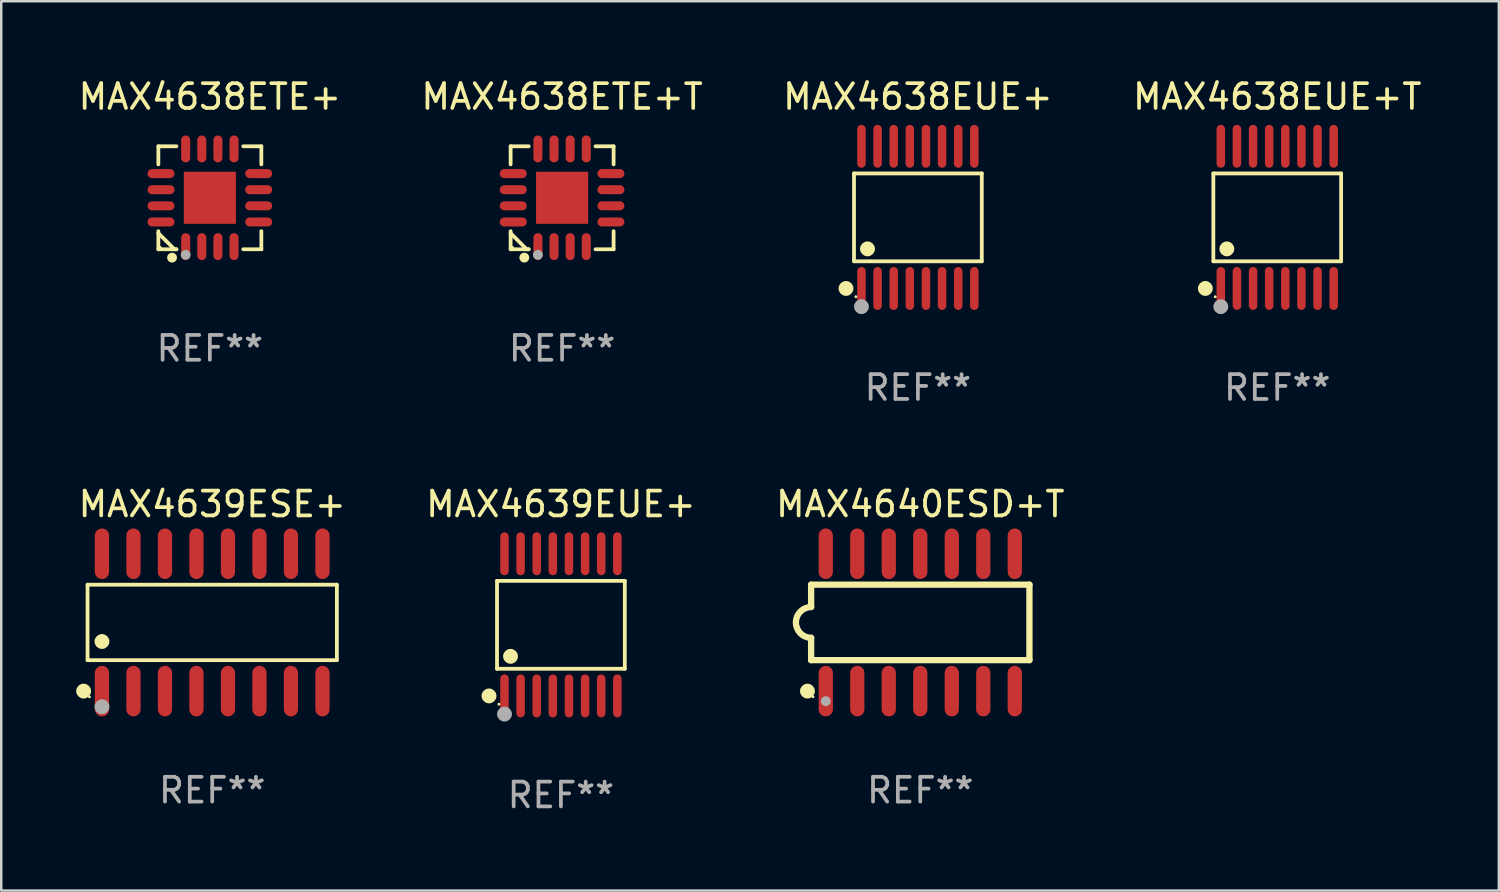
<source format=kicad_pcb>
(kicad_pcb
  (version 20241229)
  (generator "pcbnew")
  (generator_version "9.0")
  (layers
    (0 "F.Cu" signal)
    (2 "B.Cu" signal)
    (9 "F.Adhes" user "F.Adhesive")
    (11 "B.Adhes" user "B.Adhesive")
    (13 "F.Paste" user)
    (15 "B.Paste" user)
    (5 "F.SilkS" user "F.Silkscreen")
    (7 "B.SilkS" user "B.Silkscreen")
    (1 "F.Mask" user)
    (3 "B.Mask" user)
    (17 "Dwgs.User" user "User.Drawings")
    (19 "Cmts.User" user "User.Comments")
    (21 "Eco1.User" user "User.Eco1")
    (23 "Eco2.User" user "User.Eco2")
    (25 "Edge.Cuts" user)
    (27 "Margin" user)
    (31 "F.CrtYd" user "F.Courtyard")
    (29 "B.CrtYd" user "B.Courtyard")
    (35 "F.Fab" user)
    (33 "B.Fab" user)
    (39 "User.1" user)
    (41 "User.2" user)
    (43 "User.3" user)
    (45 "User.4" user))
  (footprint "MAX4638ETE+"
    (layer "F.Cu")
    (at 5.411 4.924)
    (property "Reference" "MAX4638ETE+" (at 0 -4.076 0) (layer "F.SilkS") (effects (font (size 1 1) (thickness 0.15))))
    (attr through_hole)
    (fp_line (start -2.076 -2.076) (end -1.347 -2.076) (stroke (width 0.152) (type solid)) (layer "F.SilkS"))
    (fp_line (start -2.076 -1.347) (end -2.076 -2.076) (stroke (width 0.152) (type solid)) (layer "F.SilkS"))
    (fp_line (start -2.076 1.347) (end -2.076 2.076) (stroke (width 0.152) (type solid)) (layer "F.SilkS"))
    (fp_line (start -2.076 2.076) (end -1.347 2.076) (stroke (width 0.152) (type solid)) (layer "F.SilkS"))
    (fp_line (start -1.429 2.076) (end -2.076 1.429) (stroke (width 0.152) (type solid)) (layer "F.SilkS"))
    (fp_line (start -1.347 2.076) (end -1.429 2.076) (stroke (width 0.152) (type solid)) (layer "F.SilkS"))
    (fp_line (start 2.076 -2.076) (end 1.347 -2.076) (stroke (width 0.152) (type solid)) (layer "F.SilkS"))
    (fp_line (start 2.076 -1.347) (end 2.076 -2.076) (stroke (width 0.152) (type solid)) (layer "F.SilkS"))
    (fp_line (start 2.076 1.347) (end 2.076 2.076) (stroke (width 0.152) (type solid)) (layer "F.SilkS"))
    (fp_line (start 2.076 2.076) (end 1.347 2.076) (stroke (width 0.152) (type solid)) (layer "F.SilkS"))
    (fp_circle (center -2 2) (end -1.97 2) (stroke (width 0.06) (type solid)) (fill no) (layer "F.SilkS"))
    (fp_circle (center -1.524 2.413) (end -1.424 2.413) (stroke (width 0.2) (type solid)) (fill no) (layer "F.SilkS"))
    (fp_circle (center -0.975 2.3) (end -0.875 2.3) (stroke (width 0.2) (type solid)) (fill no) (layer "F.Fab"))
    (fp_text user "REF**" (at 0 6.076 0) (layer "F.Fab") (effects (font (size 1 1) (thickness 0.15))))
    (pad "1" smd oval (at -0.975 1.969) (size 0.364 1.087) (layers "F.Cu" "F.Mask" "F.Paste"))
    (pad "2" smd oval (at -0.325 1.969) (size 0.364 1.087) (layers "F.Cu" "F.Mask" "F.Paste"))
    (pad "3" smd oval (at 0.325 1.969) (size 0.364 1.087) (layers "F.Cu" "F.Mask" "F.Paste"))
    (pad "4" smd oval (at 0.975 1.969) (size 0.364 1.087) (layers "F.Cu" "F.Mask" "F.Paste"))
    (pad "5" smd oval (at 1.969 0.975) (size 1.087 0.364) (layers "F.Cu" "F.Mask" "F.Paste"))
    (pad "6" smd oval (at 1.969 0.325) (size 1.087 0.364) (layers "F.Cu" "F.Mask" "F.Paste"))
    (pad "7" smd oval (at 1.969 -0.325) (size 1.087 0.364) (layers "F.Cu" "F.Mask" "F.Paste"))
    (pad "8" smd oval (at 1.969 -0.975) (size 1.087 0.364) (layers "F.Cu" "F.Mask" "F.Paste"))
    (pad "9" smd oval (at 0.975 -1.969) (size 0.364 1.087) (layers "F.Cu" "F.Mask" "F.Paste"))
    (pad "10" smd oval (at 0.325 -1.969) (size 0.364 1.087) (layers "F.Cu" "F.Mask" "F.Paste"))
    (pad "11" smd oval (at -0.325 -1.969) (size 0.364 1.087) (layers "F.Cu" "F.Mask" "F.Paste"))
    (pad "12" smd oval (at -0.975 -1.969) (size 0.364 1.087) (layers "F.Cu" "F.Mask" "F.Paste"))
    (pad "13" smd oval (at -1.969 -0.975) (size 1.087 0.364) (layers "F.Cu" "F.Mask" "F.Paste"))
    (pad "14" smd oval (at -1.969 -0.325) (size 1.087 0.364) (layers "F.Cu" "F.Mask" "F.Paste"))
    (pad "15" smd oval (at -1.969 0.325) (size 1.087 0.364) (layers "F.Cu" "F.Mask" "F.Paste"))
    (pad "16" smd oval (at -1.969 0.975) (size 1.087 0.364) (layers "F.Cu" "F.Mask" "F.Paste"))
    (pad "17" smd rect (at 0 0) (size 2.1 2.1) (layers "F.Cu" "F.Mask" "F.Paste")))
  (footprint "MAX4638EUE+"
    (layer "F.Cu")
    (at 33.958 5.714)
    (property "Reference" "MAX4638EUE+" (at 0 -4.866 0) (layer "F.SilkS") (effects (font (size 1 1) (thickness 0.15))))
    (attr through_hole)
    (fp_line (start -2.576 -1.772) (end 2.576 -1.772) (stroke (width 0.152) (type solid)) (layer "F.SilkS"))
    (fp_line (start -2.576 1.771) (end -2.576 -1.772) (stroke (width 0.152) (type solid)) (layer "F.SilkS"))
    (fp_line (start 2.576 -1.772) (end 2.576 1.771) (stroke (width 0.152) (type solid)) (layer "F.SilkS"))
    (fp_line (start 2.576 1.771) (end -2.576 1.771) (stroke (width 0.152) (type solid)) (layer "F.SilkS"))
    (fp_circle (center -2.899 2.866) (end -2.749 2.866) (stroke (width 0.3) (type solid)) (fill no) (layer "F.SilkS"))
    (fp_circle (center -2.5 3.2) (end -2.47 3.2) (stroke (width 0.06) (type solid)) (fill no) (layer "F.SilkS"))
    (fp_circle (center -2.032 1.27) (end -1.882 1.27) (stroke (width 0.3) (type solid)) (fill no) (layer "F.SilkS"))
    (fp_circle (center -2.275 3.6) (end -2.125 3.6) (stroke (width 0.3) (type solid)) (fill no) (layer "F.Fab"))
    (fp_text user "REF**" (at 0 6.866 0) (layer "F.Fab") (effects (font (size 1 1) (thickness 0.15))))
    (pad "1" smd oval (at -2.275 2.866) (size 0.343 1.731) (layers "F.Cu" "F.Mask" "F.Paste"))
    (pad "2" smd oval (at -1.625 2.866) (size 0.343 1.731) (layers "F.Cu" "F.Mask" "F.Paste"))
    (pad "3" smd oval (at -0.975 2.866) (size 0.343 1.731) (layers "F.Cu" "F.Mask" "F.Paste"))
    (pad "4" smd oval (at -0.325 2.866) (size 0.343 1.731) (layers "F.Cu" "F.Mask" "F.Paste"))
    (pad "5" smd oval (at 0.325 2.866) (size 0.343 1.731) (layers "F.Cu" "F.Mask" "F.Paste"))
    (pad "6" smd oval (at 0.975 2.866) (size 0.343 1.731) (layers "F.Cu" "F.Mask" "F.Paste"))
    (pad "7" smd oval (at 1.625 2.866) (size 0.343 1.731) (layers "F.Cu" "F.Mask" "F.Paste"))
    (pad "8" smd oval (at 2.275 2.866) (size 0.343 1.731) (layers "F.Cu" "F.Mask" "F.Paste"))
    (pad "9" smd oval (at 2.275 -2.866) (size 0.343 1.731) (layers "F.Cu" "F.Mask" "F.Paste"))
    (pad "10" smd oval (at 1.625 -2.866) (size 0.343 1.731) (layers "F.Cu" "F.Mask" "F.Paste"))
    (pad "11" smd oval (at 0.975 -2.866) (size 0.343 1.731) (layers "F.Cu" "F.Mask" "F.Paste"))
    (pad "12" smd oval (at 0.325 -2.866) (size 0.343 1.731) (layers "F.Cu" "F.Mask" "F.Paste"))
    (pad "13" smd oval (at -0.325 -2.866) (size 0.343 1.731) (layers "F.Cu" "F.Mask" "F.Paste"))
    (pad "14" smd oval (at -0.975 -2.866) (size 0.343 1.731) (layers "F.Cu" "F.Mask" "F.Paste"))
    (pad "15" smd oval (at -1.625 -2.866) (size 0.343 1.731) (layers "F.Cu" "F.Mask" "F.Paste"))
    (pad "16" smd oval (at -2.275 -2.866) (size 0.343 1.731) (layers "F.Cu" "F.Mask" "F.Paste")))
  (footprint "MAX4639ESE+"
    (layer "F.Cu")
    (at 5.506 22.045)
    (property "Reference" "MAX4639ESE+" (at 0 -4.769 0) (layer "F.SilkS") (effects (font (size 1 1) (thickness 0.15))))
    (attr through_hole)
    (fp_line (start -5.026 -1.521) (end 5.026 -1.521) (stroke (width 0.152) (type solid)) (layer "F.SilkS"))
    (fp_line (start -5.026 1.521) (end -5.026 -1.521) (stroke (width 0.152) (type solid)) (layer "F.SilkS"))
    (fp_line (start 5.026 -1.521) (end 5.026 1.521) (stroke (width 0.152) (type solid)) (layer "F.SilkS"))
    (fp_line (start 5.026 1.521) (end -5.026 1.521) (stroke (width 0.152) (type solid)) (layer "F.SilkS"))
    (fp_circle (center -5.184 2.769) (end -5.034 2.769) (stroke (width 0.3) (type solid)) (fill no) (layer "F.SilkS"))
    (fp_circle (center -4.95 3) (end -4.92 3) (stroke (width 0.06) (type solid)) (fill no) (layer "F.SilkS"))
    (fp_circle (center -4.445 0.769) (end -4.295 0.769) (stroke (width 0.3) (type solid)) (fill no) (layer "F.SilkS"))
    (fp_circle (center -4.445 3.4) (end -4.295 3.4) (stroke (width 0.3) (type solid)) (fill no) (layer "F.Fab"))
    (fp_text user "REF**" (at 0 6.769 0) (layer "F.Fab") (effects (font (size 1 1) (thickness 0.15))))
    (pad "1" smd oval (at -4.445 2.769) (size 0.574 2.038) (layers "F.Cu" "F.Mask" "F.Paste"))
    (pad "2" smd oval (at -3.175 2.769) (size 0.574 2.038) (layers "F.Cu" "F.Mask" "F.Paste"))
    (pad "3" smd oval (at -1.905 2.769) (size 0.574 2.038) (layers "F.Cu" "F.Mask" "F.Paste"))
    (pad "4" smd oval (at -0.635 2.769) (size 0.574 2.038) (layers "F.Cu" "F.Mask" "F.Paste"))
    (pad "5" smd oval (at 0.635 2.769) (size 0.574 2.038) (layers "F.Cu" "F.Mask" "F.Paste"))
    (pad "6" smd oval (at 1.905 2.769) (size 0.574 2.038) (layers "F.Cu" "F.Mask" "F.Paste"))
    (pad "7" smd oval (at 3.175 2.769) (size 0.574 2.038) (layers "F.Cu" "F.Mask" "F.Paste"))
    (pad "8" smd oval (at 4.445 2.769) (size 0.574 2.038) (layers "F.Cu" "F.Mask" "F.Paste"))
    (pad "9" smd oval (at 4.445 -2.769) (size 0.574 2.038) (layers "F.Cu" "F.Mask" "F.Paste"))
    (pad "10" smd oval (at 3.175 -2.769) (size 0.574 2.038) (layers "F.Cu" "F.Mask" "F.Paste"))
    (pad "11" smd oval (at 1.905 -2.769) (size 0.574 2.038) (layers "F.Cu" "F.Mask" "F.Paste"))
    (pad "12" smd oval (at 0.635 -2.769) (size 0.574 2.038) (layers "F.Cu" "F.Mask" "F.Paste"))
    (pad "13" smd oval (at -0.635 -2.769) (size 0.574 2.038) (layers "F.Cu" "F.Mask" "F.Paste"))
    (pad "14" smd oval (at -1.905 -2.769) (size 0.574 2.038) (layers "F.Cu" "F.Mask" "F.Paste"))
    (pad "15" smd oval (at -3.175 -2.769) (size 0.574 2.038) (layers "F.Cu" "F.Mask" "F.Paste"))
    (pad "16" smd oval (at -4.445 -2.769) (size 0.574 2.038) (layers "F.Cu" "F.Mask" "F.Paste")))
  (footprint "MAX4638ETE+T"
    (layer "F.Cu")
    (at 19.613 4.924)
    (property "Reference" "MAX4638ETE+T" (at 0 -4.076 0) (layer "F.SilkS") (effects (font (size 1 1) (thickness 0.15))))
    (attr through_hole)
    (fp_line (start -2.076 -2.076) (end -1.347 -2.076) (stroke (width 0.152) (type solid)) (layer "F.SilkS"))
    (fp_line (start -2.076 -1.347) (end -2.076 -2.076) (stroke (width 0.152) (type solid)) (layer "F.SilkS"))
    (fp_line (start -2.076 1.347) (end -2.076 2.076) (stroke (width 0.152) (type solid)) (layer "F.SilkS"))
    (fp_line (start -2.076 2.076) (end -1.347 2.076) (stroke (width 0.152) (type solid)) (layer "F.SilkS"))
    (fp_line (start -1.429 2.076) (end -2.076 1.429) (stroke (width 0.152) (type solid)) (layer "F.SilkS"))
    (fp_line (start -1.347 2.076) (end -1.429 2.076) (stroke (width 0.152) (type solid)) (layer "F.SilkS"))
    (fp_line (start 2.076 -2.076) (end 1.347 -2.076) (stroke (width 0.152) (type solid)) (layer "F.SilkS"))
    (fp_line (start 2.076 -1.347) (end 2.076 -2.076) (stroke (width 0.152) (type solid)) (layer "F.SilkS"))
    (fp_line (start 2.076 1.347) (end 2.076 2.076) (stroke (width 0.152) (type solid)) (layer "F.SilkS"))
    (fp_line (start 2.076 2.076) (end 1.347 2.076) (stroke (width 0.152) (type solid)) (layer "F.SilkS"))
    (fp_circle (center -2 2) (end -1.97 2) (stroke (width 0.06) (type solid)) (fill no) (layer "F.SilkS"))
    (fp_circle (center -1.524 2.413) (end -1.424 2.413) (stroke (width 0.2) (type solid)) (fill no) (layer "F.SilkS"))
    (fp_circle (center -0.975 2.3) (end -0.875 2.3) (stroke (width 0.2) (type solid)) (fill no) (layer "F.Fab"))
    (fp_text user "REF**" (at 0 6.076 0) (layer "F.Fab") (effects (font (size 1 1) (thickness 0.15))))
    (pad "1" smd oval (at -0.975 1.969) (size 0.364 1.087) (layers "F.Cu" "F.Mask" "F.Paste"))
    (pad "2" smd oval (at -0.325 1.969) (size 0.364 1.087) (layers "F.Cu" "F.Mask" "F.Paste"))
    (pad "3" smd oval (at 0.325 1.969) (size 0.364 1.087) (layers "F.Cu" "F.Mask" "F.Paste"))
    (pad "4" smd oval (at 0.975 1.969) (size 0.364 1.087) (layers "F.Cu" "F.Mask" "F.Paste"))
    (pad "5" smd oval (at 1.969 0.975) (size 1.087 0.364) (layers "F.Cu" "F.Mask" "F.Paste"))
    (pad "6" smd oval (at 1.969 0.325) (size 1.087 0.364) (layers "F.Cu" "F.Mask" "F.Paste"))
    (pad "7" smd oval (at 1.969 -0.325) (size 1.087 0.364) (layers "F.Cu" "F.Mask" "F.Paste"))
    (pad "8" smd oval (at 1.969 -0.975) (size 1.087 0.364) (layers "F.Cu" "F.Mask" "F.Paste"))
    (pad "9" smd oval (at 0.975 -1.969) (size 0.364 1.087) (layers "F.Cu" "F.Mask" "F.Paste"))
    (pad "10" smd oval (at 0.325 -1.969) (size 0.364 1.087) (layers "F.Cu" "F.Mask" "F.Paste"))
    (pad "11" smd oval (at -0.325 -1.969) (size 0.364 1.087) (layers "F.Cu" "F.Mask" "F.Paste"))
    (pad "12" smd oval (at -0.975 -1.969) (size 0.364 1.087) (layers "F.Cu" "F.Mask" "F.Paste"))
    (pad "13" smd oval (at -1.969 -0.975) (size 1.087 0.364) (layers "F.Cu" "F.Mask" "F.Paste"))
    (pad "14" smd oval (at -1.969 -0.325) (size 1.087 0.364) (layers "F.Cu" "F.Mask" "F.Paste"))
    (pad "15" smd oval (at -1.969 0.325) (size 1.087 0.364) (layers "F.Cu" "F.Mask" "F.Paste"))
    (pad "16" smd oval (at -1.969 0.975) (size 1.087 0.364) (layers "F.Cu" "F.Mask" "F.Paste"))
    (pad "17" smd rect (at 0 0) (size 2.1 2.1) (layers "F.Cu" "F.Mask" "F.Paste")))
  (footprint "MAX4638EUE+T"
    (layer "F.Cu")
    (at 48.446 5.714)
    (property "Reference" "MAX4638EUE+T" (at 0 -4.866 0) (layer "F.SilkS") (effects (font (size 1 1) (thickness 0.15))))
    (attr through_hole)
    (fp_line (start -2.576 -1.772) (end 2.576 -1.772) (stroke (width 0.152) (type solid)) (layer "F.SilkS"))
    (fp_line (start -2.576 1.771) (end -2.576 -1.772) (stroke (width 0.152) (type solid)) (layer "F.SilkS"))
    (fp_line (start 2.576 -1.772) (end 2.576 1.771) (stroke (width 0.152) (type solid)) (layer "F.SilkS"))
    (fp_line (start 2.576 1.771) (end -2.576 1.771) (stroke (width 0.152) (type solid)) (layer "F.SilkS"))
    (fp_circle (center -2.899 2.866) (end -2.749 2.866) (stroke (width 0.3) (type solid)) (fill no) (layer "F.SilkS"))
    (fp_circle (center -2.5 3.2) (end -2.47 3.2) (stroke (width 0.06) (type solid)) (fill no) (layer "F.SilkS"))
    (fp_circle (center -2.032 1.27) (end -1.882 1.27) (stroke (width 0.3) (type solid)) (fill no) (layer "F.SilkS"))
    (fp_circle (center -2.275 3.6) (end -2.125 3.6) (stroke (width 0.3) (type solid)) (fill no) (layer "F.Fab"))
    (fp_text user "REF**" (at 0 6.866 0) (layer "F.Fab") (effects (font (size 1 1) (thickness 0.15))))
    (pad "1" smd oval (at -2.275 2.866) (size 0.343 1.731) (layers "F.Cu" "F.Mask" "F.Paste"))
    (pad "2" smd oval (at -1.625 2.866) (size 0.343 1.731) (layers "F.Cu" "F.Mask" "F.Paste"))
    (pad "3" smd oval (at -0.975 2.866) (size 0.343 1.731) (layers "F.Cu" "F.Mask" "F.Paste"))
    (pad "4" smd oval (at -0.325 2.866) (size 0.343 1.731) (layers "F.Cu" "F.Mask" "F.Paste"))
    (pad "5" smd oval (at 0.325 2.866) (size 0.343 1.731) (layers "F.Cu" "F.Mask" "F.Paste"))
    (pad "6" smd oval (at 0.975 2.866) (size 0.343 1.731) (layers "F.Cu" "F.Mask" "F.Paste"))
    (pad "7" smd oval (at 1.625 2.866) (size 0.343 1.731) (layers "F.Cu" "F.Mask" "F.Paste"))
    (pad "8" smd oval (at 2.275 2.866) (size 0.343 1.731) (layers "F.Cu" "F.Mask" "F.Paste"))
    (pad "9" smd oval (at 2.275 -2.866) (size 0.343 1.731) (layers "F.Cu" "F.Mask" "F.Paste"))
    (pad "10" smd oval (at 1.625 -2.866) (size 0.343 1.731) (layers "F.Cu" "F.Mask" "F.Paste"))
    (pad "11" smd oval (at 0.975 -2.866) (size 0.343 1.731) (layers "F.Cu" "F.Mask" "F.Paste"))
    (pad "12" smd oval (at 0.325 -2.866) (size 0.343 1.731) (layers "F.Cu" "F.Mask" "F.Paste"))
    (pad "13" smd oval (at -0.325 -2.866) (size 0.343 1.731) (layers "F.Cu" "F.Mask" "F.Paste"))
    (pad "14" smd oval (at -0.975 -2.866) (size 0.343 1.731) (layers "F.Cu" "F.Mask" "F.Paste"))
    (pad "15" smd oval (at -1.625 -2.866) (size 0.343 1.731) (layers "F.Cu" "F.Mask" "F.Paste"))
    (pad "16" smd oval (at -2.275 -2.866) (size 0.343 1.731) (layers "F.Cu" "F.Mask" "F.Paste")))
  (footprint "MAX4640ESD+T"
    (layer "F.Cu")
    (at 34.054 22.045)
    (property "Reference" "MAX4640ESD+T" (at 0 -4.769 0) (layer "F.SilkS") (effects (font (size 1 1) (thickness 0.15))))
    (attr through_hole)
    (fp_line (start -4.401 -1.522) (end -4.401 -0.622) (stroke (width 0.254) (type solid)) (layer "F.SilkS"))
    (fp_line (start -4.401 -1.522) (end 4.401 -1.522) (stroke (width 0.254) (type solid)) (layer "F.SilkS"))
    (fp_line (start -4.401 1.521) (end -4.401 0.621) (stroke (width 0.254) (type solid)) (layer "F.SilkS"))
    (fp_line (start 4.401 -1.522) (end 4.401 1.521) (stroke (width 0.254) (type solid)) (layer "F.SilkS"))
    (fp_line (start 4.401 1.521) (end -4.401 1.521) (stroke (width 0.254) (type solid)) (layer "F.SilkS"))
    (fp_arc (start -4.401219 0.621311) (mid -5.021261 -0.000419) (end -4.400101 -0.621032) (stroke (width 0.254001) (type solid)) (layer "F.SilkS"))
    (fp_circle (center -4.549 2.769) (end -4.399 2.769) (stroke (width 0.3) (type solid)) (fill no) (layer "F.SilkS"))
    (fp_circle (center -4.325 3) (end -4.295 3) (stroke (width 0.06) (type solid)) (fill no) (layer "F.SilkS"))
    (fp_circle (center -3.81 3.175) (end -3.71 3.175) (stroke (width 0.2) (type solid)) (fill no) (layer "F.Fab"))
    (fp_text user "REF**" (at 0 6.769 0) (layer "F.Fab") (effects (font (size 1 1) (thickness 0.15))))
    (pad "1" smd oval (at -3.81 2.769) (size 0.574 2.038) (layers "F.Cu" "F.Mask" "F.Paste"))
    (pad "2" smd oval (at -2.54 2.769) (size 0.574 2.038) (layers "F.Cu" "F.Mask" "F.Paste"))
    (pad "3" smd oval (at -1.27 2.769) (size 0.574 2.038) (layers "F.Cu" "F.Mask" "F.Paste"))
    (pad "4" smd oval (at -0.000051 2.769) (size 0.574 2.038) (layers "F.Cu" "F.Mask" "F.Paste"))
    (pad "5" smd oval (at 1.27 2.769) (size 0.574 2.038) (layers "F.Cu" "F.Mask" "F.Paste"))
    (pad "6" smd oval (at 2.54 2.769) (size 0.574 2.038) (layers "F.Cu" "F.Mask" "F.Paste"))
    (pad "7" smd oval (at 3.81 2.769) (size 0.574 2.038) (layers "F.Cu" "F.Mask" "F.Paste"))
    (pad "8" smd oval (at 3.81 -2.769) (size 0.574 2.038) (layers "F.Cu" "F.Mask" "F.Paste"))
    (pad "9" smd oval (at 2.54 -2.769) (size 0.574 2.038) (layers "F.Cu" "F.Mask" "F.Paste"))
    (pad "10" smd oval (at 1.27 -2.769) (size 0.574 2.038) (layers "F.Cu" "F.Mask" "F.Paste"))
    (pad "11" smd oval (at -0.000051 -2.769) (size 0.574 2.038) (layers "F.Cu" "F.Mask" "F.Paste"))
    (pad "12" smd oval (at -1.27 -2.769) (size 0.574 2.038) (layers "F.Cu" "F.Mask" "F.Paste"))
    (pad "13" smd oval (at -2.54 -2.769) (size 0.574 2.038) (layers "F.Cu" "F.Mask" "F.Paste"))
    (pad "14" smd oval (at -3.81 -2.769) (size 0.574 2.038) (layers "F.Cu" "F.Mask" "F.Paste")))
  (footprint "MAX4639EUE+"
    (layer "F.Cu")
    (at 19.565 22.142)
    (property "Reference" "MAX4639EUE+" (at 0 -4.866 0) (layer "F.SilkS") (effects (font (size 1 1) (thickness 0.15))))
    (attr through_hole)
    (fp_line (start -2.576 -1.772) (end 2.576 -1.772) (stroke (width 0.152) (type solid)) (layer "F.SilkS"))
    (fp_line (start -2.576 1.771) (end -2.576 -1.772) (stroke (width 0.152) (type solid)) (layer "F.SilkS"))
    (fp_line (start 2.576 -1.772) (end 2.576 1.771) (stroke (width 0.152) (type solid)) (layer "F.SilkS"))
    (fp_line (start 2.576 1.771) (end -2.576 1.771) (stroke (width 0.152) (type solid)) (layer "F.SilkS"))
    (fp_circle (center -2.899 2.866) (end -2.749 2.866) (stroke (width 0.3) (type solid)) (fill no) (layer "F.SilkS"))
    (fp_circle (center -2.5 3.2) (end -2.47 3.2) (stroke (width 0.06) (type solid)) (fill no) (layer "F.SilkS"))
    (fp_circle (center -2.032 1.27) (end -1.882 1.27) (stroke (width 0.3) (type solid)) (fill no) (layer "F.SilkS"))
    (fp_circle (center -2.275 3.6) (end -2.125 3.6) (stroke (width 0.3) (type solid)) (fill no) (layer "F.Fab"))
    (fp_text user "REF**" (at 0 6.866 0) (layer "F.Fab") (effects (font (size 1 1) (thickness 0.15))))
    (pad "1" smd oval (at -2.275 2.866) (size 0.343 1.731) (layers "F.Cu" "F.Mask" "F.Paste"))
    (pad "2" smd oval (at -1.625 2.866) (size 0.343 1.731) (layers "F.Cu" "F.Mask" "F.Paste"))
    (pad "3" smd oval (at -0.975 2.866) (size 0.343 1.731) (layers "F.Cu" "F.Mask" "F.Paste"))
    (pad "4" smd oval (at -0.325 2.866) (size 0.343 1.731) (layers "F.Cu" "F.Mask" "F.Paste"))
    (pad "5" smd oval (at 0.325 2.866) (size 0.343 1.731) (layers "F.Cu" "F.Mask" "F.Paste"))
    (pad "6" smd oval (at 0.975 2.866) (size 0.343 1.731) (layers "F.Cu" "F.Mask" "F.Paste"))
    (pad "7" smd oval (at 1.625 2.866) (size 0.343 1.731) (layers "F.Cu" "F.Mask" "F.Paste"))
    (pad "8" smd oval (at 2.275 2.866) (size 0.343 1.731) (layers "F.Cu" "F.Mask" "F.Paste"))
    (pad "9" smd oval (at 2.275 -2.866) (size 0.343 1.731) (layers "F.Cu" "F.Mask" "F.Paste"))
    (pad "10" smd oval (at 1.625 -2.866) (size 0.343 1.731) (layers "F.Cu" "F.Mask" "F.Paste"))
    (pad "11" smd oval (at 0.975 -2.866) (size 0.343 1.731) (layers "F.Cu" "F.Mask" "F.Paste"))
    (pad "12" smd oval (at 0.325 -2.866) (size 0.343 1.731) (layers "F.Cu" "F.Mask" "F.Paste"))
    (pad "13" smd oval (at -0.325 -2.866) (size 0.343 1.731) (layers "F.Cu" "F.Mask" "F.Paste"))
    (pad "14" smd oval (at -0.975 -2.866) (size 0.343 1.731) (layers "F.Cu" "F.Mask" "F.Paste"))
    (pad "15" smd oval (at -1.625 -2.866) (size 0.343 1.731) (layers "F.Cu" "F.Mask" "F.Paste"))
    (pad "16" smd oval (at -2.275 -2.866) (size 0.343 1.731) (layers "F.Cu" "F.Mask" "F.Paste")))
  (gr_rect
    (start -3 -3)
    (end 57.381 32.856)
    (stroke (width 0.1) (type default))
    (fill no)
    (layer "Edge.Cuts")))
</source>
